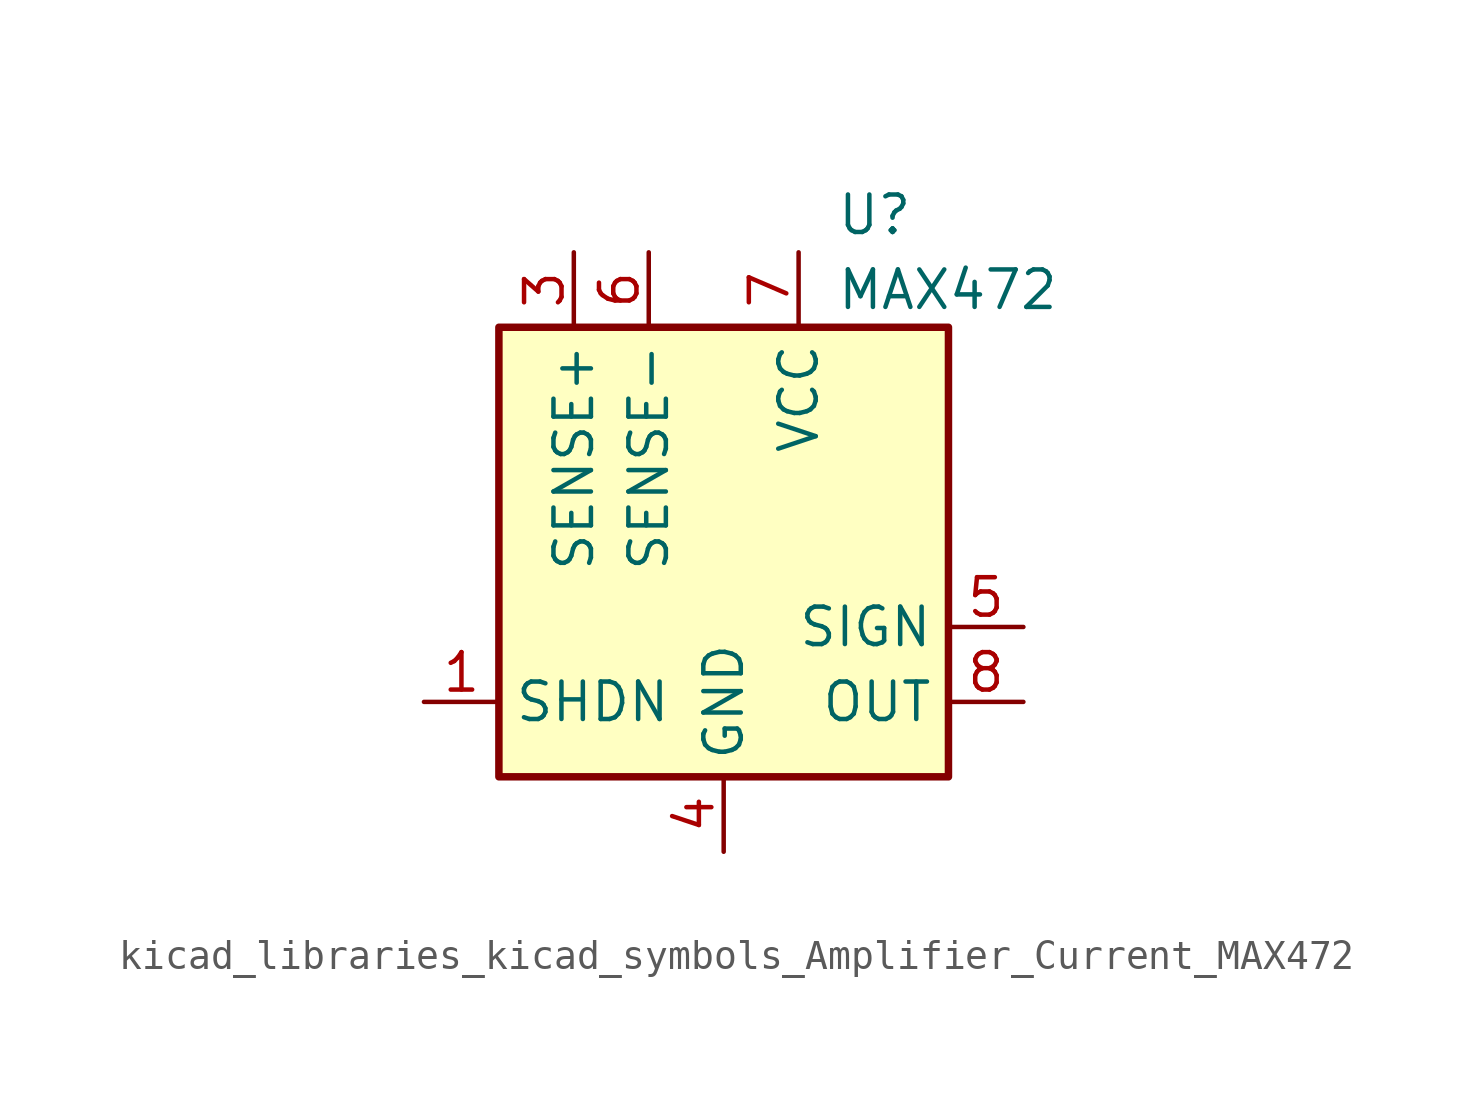
<source format=kicad_sym>
(kicad_symbol_lib
  (version 20220914)
  (generator kicad_symbol_editor)
  (symbol "kicad_libraries_kicad_symbols_Amplifier_Current_MAX472"
    (property "Reference" "U"
      (at 3.81 11.43 0)
      (effects (font (size 1.27 1.27)) (justify left)))
    (property "Value" "MAX472"
      (at 3.81 8.89 0)
      (effects (font (size 1.27 1.27)) (justify left)))
    (symbol "kicad_libraries_kicad_symbols_Amplifier_Current_MAX472_0_1"
      (rectangle (start -7.62 7.62) (end 7.62 -7.62) (stroke (width 0.254) (type default)) (fill (type background))))
    (symbol "kicad_libraries_kicad_symbols_Amplifier_Current_MAX472_1_1"
      (pin input line (at -10.16 -5.08 0) (length 2.54) (name "SHDN" (effects (font (size 1.27 1.27)))) (number "1" (effects (font (size 1.27 1.27)))))
      (pin no_connect line (at 7.62 2.54 180) (length 2.54) hide (name "NC" (effects (font (size 1.27 1.27)))) (number "2" (effects (font (size 1.27 1.27)))))
      (pin input line (at -5.08 10.16 270) (length 2.54) (name "SENSE+" (effects (font (size 1.27 1.27)))) (number "3" (effects (font (size 1.27 1.27)))))
      (pin power_in line (at 0 -10.16 90) (length 2.54) (name "GND" (effects (font (size 1.27 1.27)))) (number "4" (effects (font (size 1.27 1.27)))))
      (pin open_collector line (at 10.16 -2.54 180) (length 2.54) (name "SIGN" (effects (font (size 1.27 1.27)))) (number "5" (effects (font (size 1.27 1.27)))))
      (pin input line (at -2.54 10.16 270) (length 2.54) (name "SENSE-" (effects (font (size 1.27 1.27)))) (number "6" (effects (font (size 1.27 1.27)))))
      (pin power_in line (at 2.54 10.16 270) (length 2.54) (name "VCC" (effects (font (size 1.27 1.27)))) (number "7" (effects (font (size 1.27 1.27)))))
      (pin output line (at 10.16 -5.08 180) (length 2.54) (name "OUT" (effects (font (size 1.27 1.27)))) (number "8" (effects (font (size 1.27 1.27))))))))
</source>
